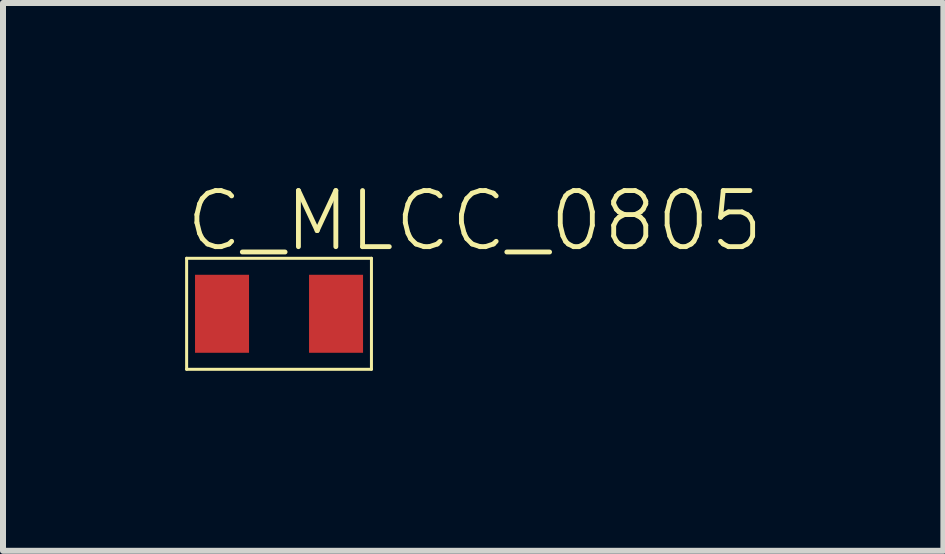
<source format=kicad_pcb>
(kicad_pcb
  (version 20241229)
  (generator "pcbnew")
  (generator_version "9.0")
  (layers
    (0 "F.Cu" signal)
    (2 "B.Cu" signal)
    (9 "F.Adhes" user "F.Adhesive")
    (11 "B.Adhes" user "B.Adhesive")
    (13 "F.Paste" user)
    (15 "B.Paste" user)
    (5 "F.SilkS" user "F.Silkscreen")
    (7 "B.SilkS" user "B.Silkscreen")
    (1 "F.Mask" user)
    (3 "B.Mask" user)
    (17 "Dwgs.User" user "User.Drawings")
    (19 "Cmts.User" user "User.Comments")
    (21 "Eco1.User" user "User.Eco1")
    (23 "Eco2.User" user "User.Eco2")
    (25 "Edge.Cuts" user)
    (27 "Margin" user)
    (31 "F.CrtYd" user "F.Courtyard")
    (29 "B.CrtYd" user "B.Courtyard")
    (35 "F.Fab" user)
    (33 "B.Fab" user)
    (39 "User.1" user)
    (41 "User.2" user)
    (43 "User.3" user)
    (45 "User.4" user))
  (footprint "C_MLCC_0805"
    (layer "F.Cu")
    (at 1.6 2.179)
    (property "Reference" "C_MLCC_0805" (at -1.6 -1 0) (layer "F.SilkS") (effects (font (size 0.935 0.935) (thickness 0.081)) (justify left bottom)))
    (fp_line (start -1.54 -0.925) (end 1.54 -0.925) (stroke (width 0.05) (type solid)) (layer "F.SilkS"))
    (fp_line (start -1.54 0.925) (end -1.54 -0.925) (stroke (width 0.05) (type solid)) (layer "F.SilkS"))
    (fp_line (start 1.54 -0.925) (end 1.54 0.925) (stroke (width 0.05) (type solid)) (layer "F.SilkS"))
    (fp_line (start 1.54 0.925) (end -1.54 0.925) (stroke (width 0.05) (type solid)) (layer "F.SilkS"))
    (pad "P$1" smd rect (at -0.95 0) (size 0.9 1.3) (layers "F.Cu" "F.Mask" "F.Paste"))
    (pad "P$2" smd rect (at 0.95 0) (size 0.9 1.3) (layers "F.Cu" "F.Mask" "F.Paste")))
  (gr_rect
    (start -3 -3)
    (end 12.671 6.129)
    (stroke (width 0.1) (type default))
    (fill no)
    (layer "Edge.Cuts")))
</source>
